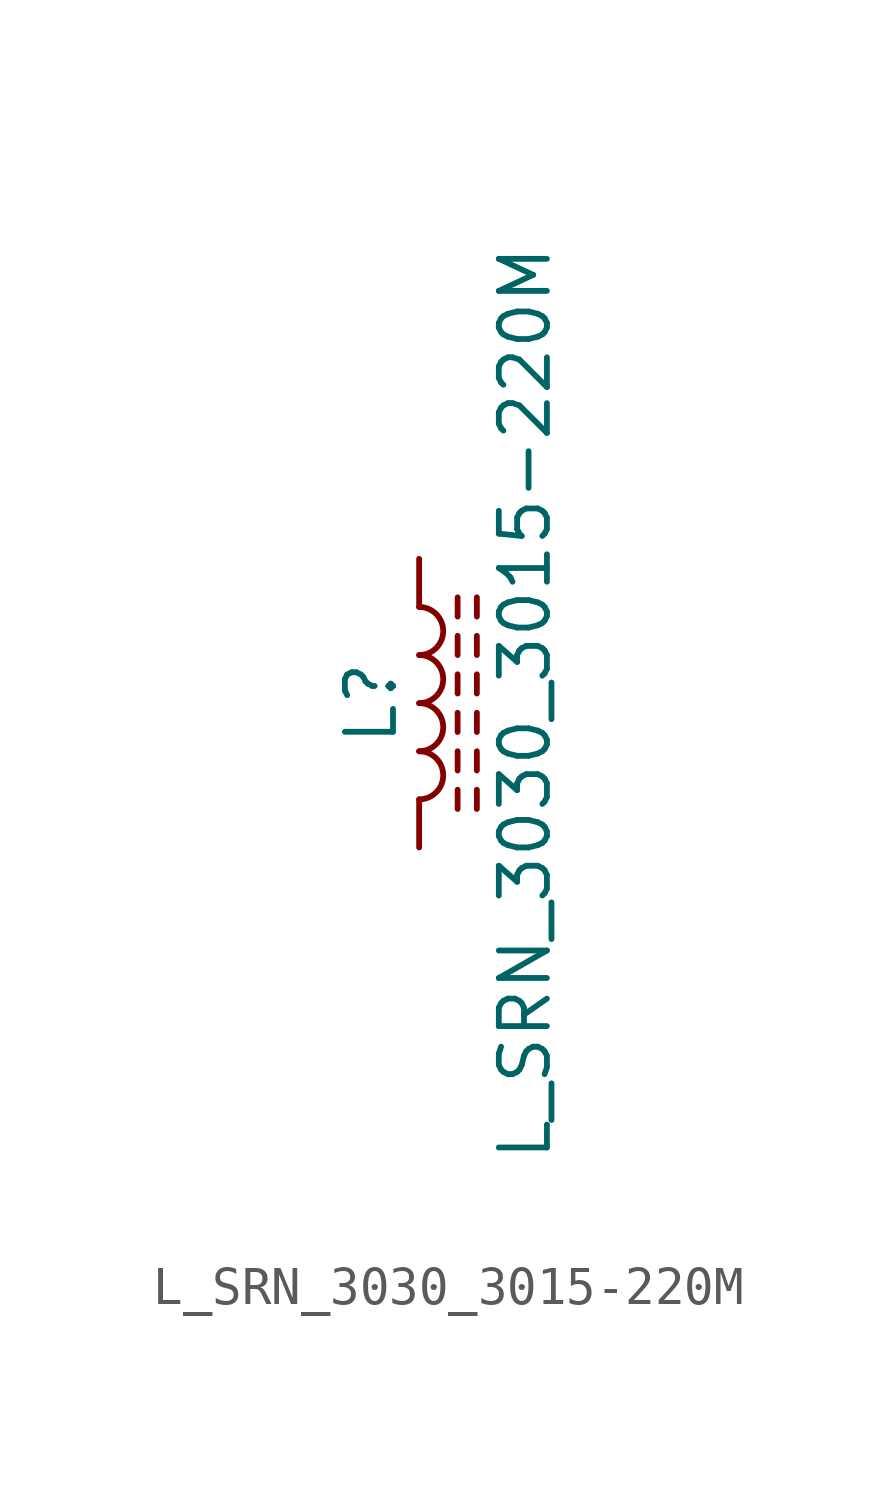
<source format=kicad_sym>
(kicad_symbol_lib
  (version 20211014)
  (generator kicad_symbol_editor)
  (symbol "L_SRN_3030_3015-220M"
    (pin_numbers hide)
    (pin_names
      (offset 1.016) hide)
    (property "Reference" "L"
      (at -1.27 0 90)
      (effects (font (size 1.27 1.27))))
    (property "Value" "L_SRN_3030_3015-220M"
      (at 2.794 0 90)
      (effects (font (size 1.27 1.27))))
    (symbol "L_SRN_3030_3015-220M_0_1"
      (arc (start 0 -2.54) (mid 0.635 -1.905) (end 0 -1.27) (stroke (width 0) (type default) (color 0 0 0 0)) (fill (type none)))
      (arc (start 0 -1.27) (mid 0.635 -0.635) (end 0 0) (stroke (width 0) (type default) (color 0 0 0 0)) (fill (type none)))
      (polyline (pts (xy 1.016 -2.794) (xy 1.016 -2.286)) (stroke (width 0) (type default) (color 0 0 0 0)) (fill (type none)))
      (polyline (pts (xy 1.016 -1.778) (xy 1.016 -1.27)) (stroke (width 0) (type default) (color 0 0 0 0)) (fill (type none)))
      (polyline (pts (xy 1.016 -0.762) (xy 1.016 -0.254)) (stroke (width 0) (type default) (color 0 0 0 0)) (fill (type none)))
      (polyline (pts (xy 1.016 0.254) (xy 1.016 0.762)) (stroke (width 0) (type default) (color 0 0 0 0)) (fill (type none)))
      (polyline (pts (xy 1.016 1.27) (xy 1.016 1.778)) (stroke (width 0) (type default) (color 0 0 0 0)) (fill (type none)))
      (polyline (pts (xy 1.016 2.286) (xy 1.016 2.794)) (stroke (width 0) (type default) (color 0 0 0 0)) (fill (type none)))
      (polyline (pts (xy 1.524 -2.286) (xy 1.524 -2.794)) (stroke (width 0) (type default) (color 0 0 0 0)) (fill (type none)))
      (polyline (pts (xy 1.524 -1.27) (xy 1.524 -1.778)) (stroke (width 0) (type default) (color 0 0 0 0)) (fill (type none)))
      (polyline (pts (xy 1.524 -0.254) (xy 1.524 -0.762)) (stroke (width 0) (type default) (color 0 0 0 0)) (fill (type none)))
      (polyline (pts (xy 1.524 0.762) (xy 1.524 0.254)) (stroke (width 0) (type default) (color 0 0 0 0)) (fill (type none)))
      (polyline (pts (xy 1.524 1.778) (xy 1.524 1.27)) (stroke (width 0) (type default) (color 0 0 0 0)) (fill (type none)))
      (polyline (pts (xy 1.524 2.794) (xy 1.524 2.286)) (stroke (width 0) (type default) (color 0 0 0 0)) (fill (type none)))
      (arc (start 0 0) (mid 0.635 0.635) (end 0 1.27) (stroke (width 0) (type default) (color 0 0 0 0)) (fill (type none)))
      (arc (start 0 1.27) (mid 0.635 1.905) (end 0 2.54) (stroke (width 0) (type default) (color 0 0 0 0)) (fill (type none))))
    (symbol "L_SRN_3030_3015-220M_1_1"
      (pin passive line (at 0 3.81 270) (length 1.27) (name "1" (effects (font (size 1.27 1.27)))) (number "1" (effects (font (size 1.27 1.27)))))
      (pin passive line (at 0 -3.81 90) (length 1.27) (name "2" (effects (font (size 1.27 1.27)))) (number "2" (effects (font (size 1.27 1.27))))))))
</source>
